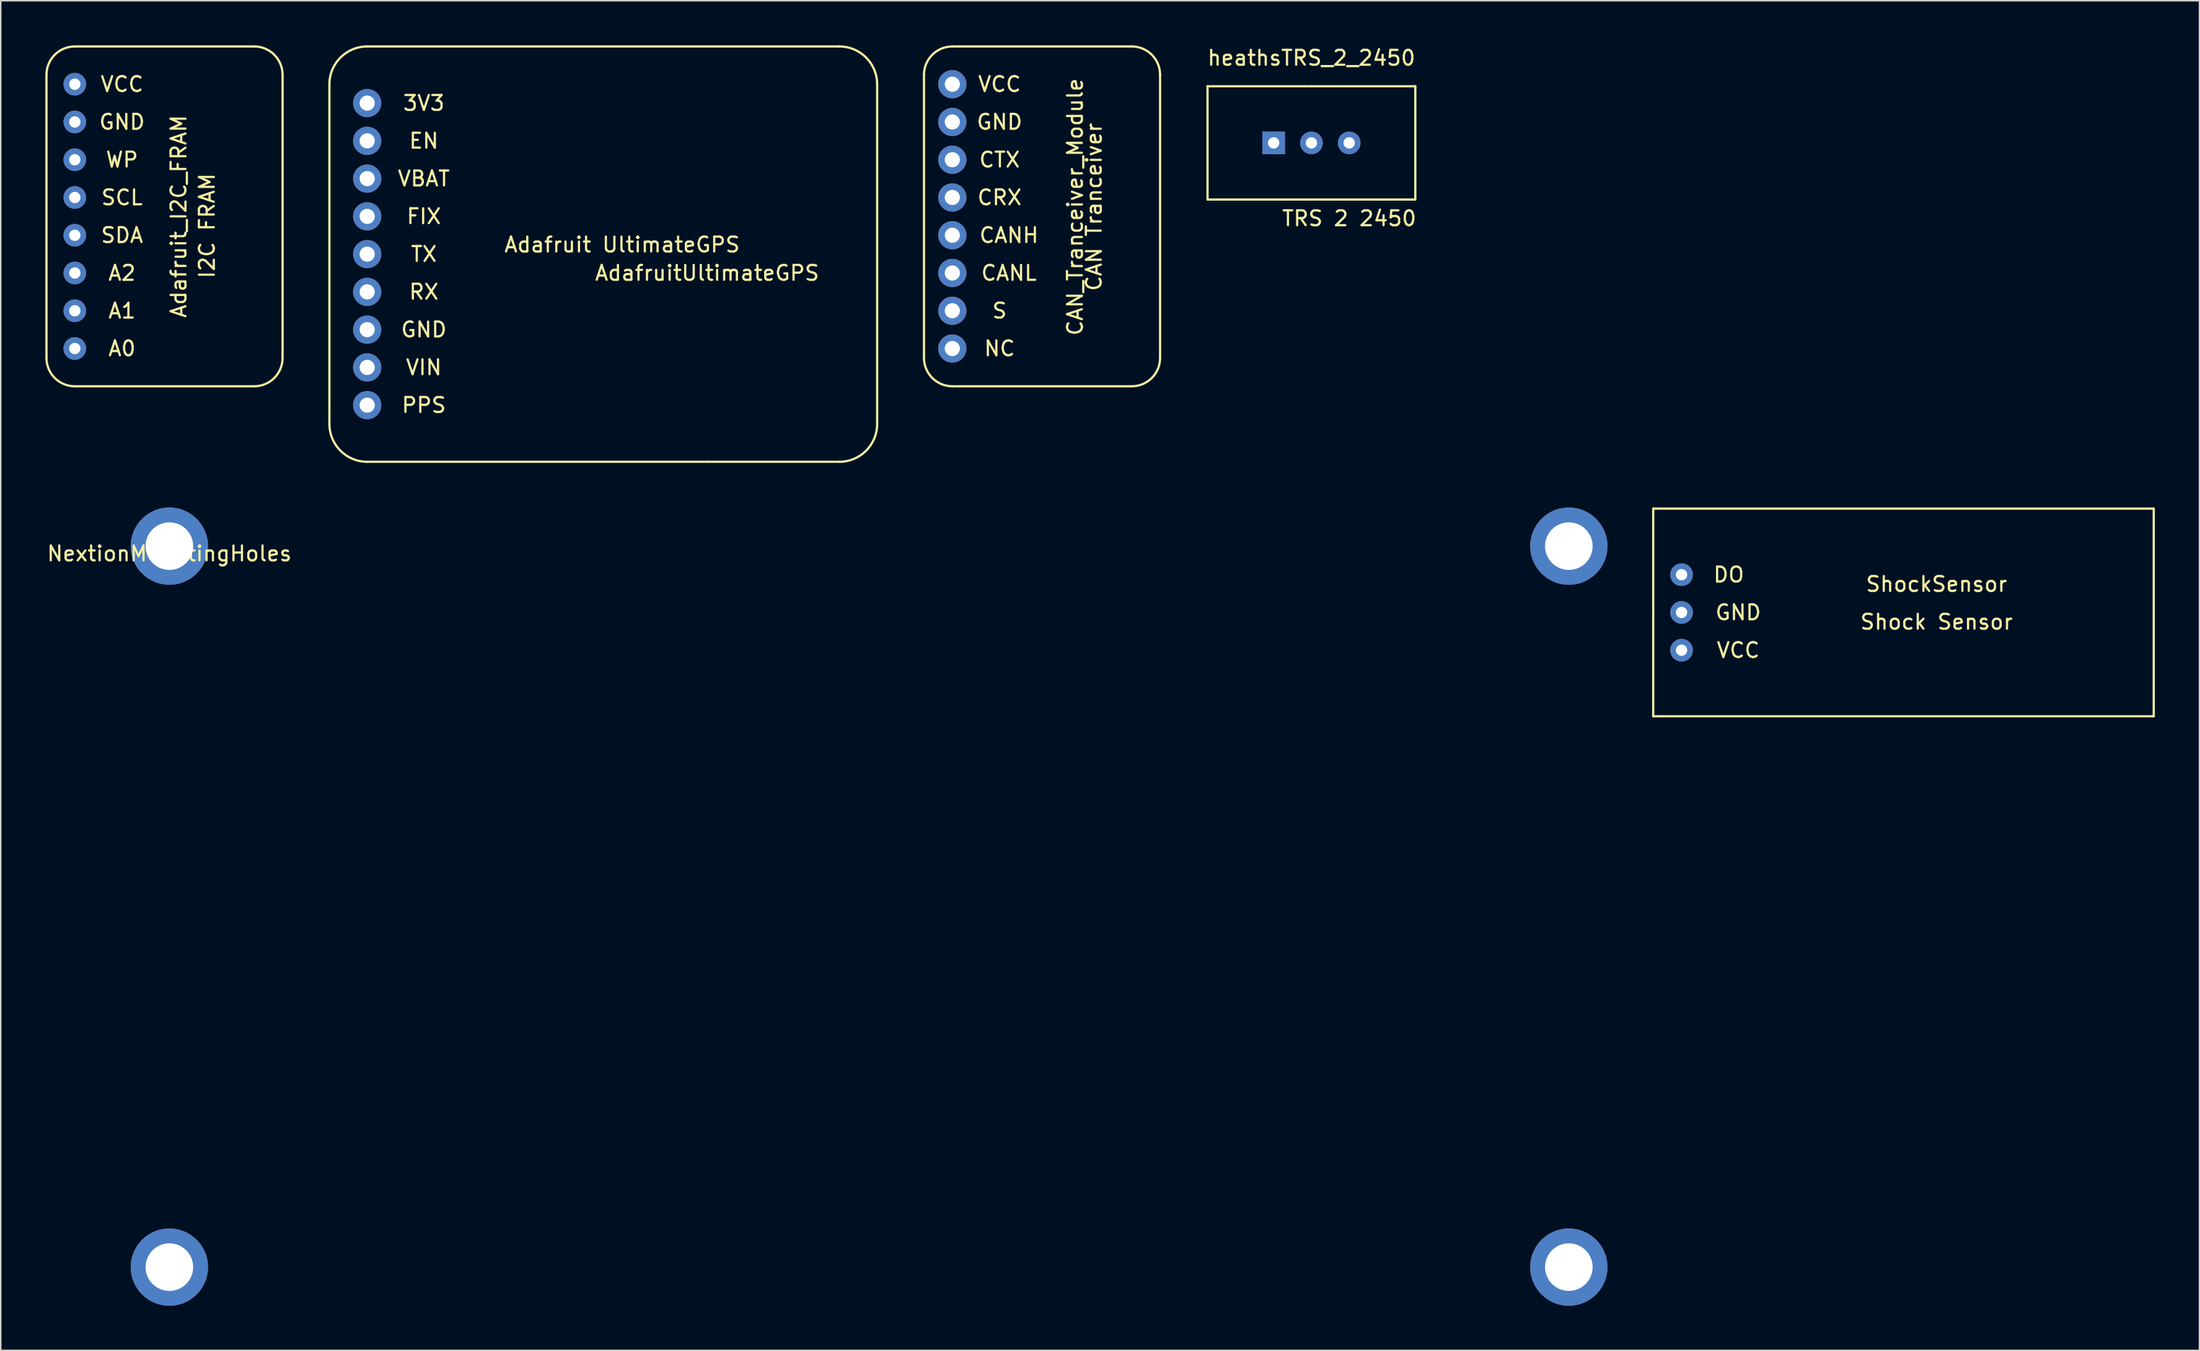
<source format=kicad_pcb>
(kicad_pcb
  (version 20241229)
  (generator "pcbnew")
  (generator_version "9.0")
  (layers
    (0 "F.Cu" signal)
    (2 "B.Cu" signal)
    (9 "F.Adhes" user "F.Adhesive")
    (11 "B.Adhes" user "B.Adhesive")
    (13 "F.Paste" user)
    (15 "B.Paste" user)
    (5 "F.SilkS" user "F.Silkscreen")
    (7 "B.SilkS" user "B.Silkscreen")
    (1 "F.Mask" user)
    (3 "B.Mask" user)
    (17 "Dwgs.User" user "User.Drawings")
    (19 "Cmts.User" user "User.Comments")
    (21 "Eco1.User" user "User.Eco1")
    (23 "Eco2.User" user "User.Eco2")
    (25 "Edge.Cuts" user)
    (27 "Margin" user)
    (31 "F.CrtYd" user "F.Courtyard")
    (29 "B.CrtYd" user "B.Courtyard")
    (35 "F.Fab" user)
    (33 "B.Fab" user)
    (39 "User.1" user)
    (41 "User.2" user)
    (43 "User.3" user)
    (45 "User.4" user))
  (footprint "CAN_Tranceiver_Module"
    (layer "F.Cu")
    (at 73.05 14.045)
    (property "Reference" "CAN_Tranceiver_Module" (at -3.81 -3.175 90) (layer "F.SilkS") (effects (font (size 1 1) (thickness 0.15))))
    (attr through_hole)
    (fp_line (start -13.97 6.985) (end -13.97 -12.065) (stroke (width 0.15) (type solid)) (layer "F.SilkS"))
    (fp_line (start 0 -13.97) (end -12.065 -13.97) (stroke (width 0.15) (type solid)) (layer "F.SilkS"))
    (fp_line (start 0 8.89) (end -12.065 8.89) (stroke (width 0.15) (type solid)) (layer "F.SilkS"))
    (fp_line (start 1.905 6.985) (end 1.905 -12.065) (stroke (width 0.15) (type solid)) (layer "F.SilkS"))
    (fp_arc (start -13.97 -12.065) (mid -13.412038 -13.412038) (end -12.065 -13.97) (stroke (width 0.15) (type solid)) (layer "F.SilkS"))
    (fp_arc (start -12.065 8.89) (mid -13.412038 8.332038) (end -13.97 6.985) (stroke (width 0.15) (type solid)) (layer "F.SilkS"))
    (fp_arc (start 0 -13.97) (mid 1.347038 -13.412038) (end 1.905 -12.065) (stroke (width 0.15) (type solid)) (layer "F.SilkS"))
    (fp_arc (start 1.905 6.985) (mid 1.347038 8.332038) (end 0 8.89) (stroke (width 0.15) (type solid)) (layer "F.SilkS"))
    (fp_text user "CTX" (at -8.89 -6.35 0) (layer "F.SilkS") (effects (font (size 1 1) (thickness 0.15))))
    (fp_text user "CANH" (at -8.255 -1.27 0) (layer "F.SilkS") (effects (font (size 1 1) (thickness 0.15))))
    (fp_text user "GND" (at -8.89 -8.89 0) (layer "F.SilkS") (effects (font (size 1 1) (thickness 0.15))))
    (fp_text user "CRX" (at -8.89 -3.81 0) (layer "F.SilkS") (effects (font (size 1 1) (thickness 0.15))))
    (fp_text user "VCC" (at -8.89 -11.43 0) (layer "F.SilkS") (effects (font (size 1 1) (thickness 0.15))))
    (fp_text user "CAN Tranceiver" (at -2.54 -3.175 270) (layer "F.SilkS") (effects (font (size 1 1) (thickness 0.15))))
    (fp_text user "S" (at -8.89 3.81 0) (layer "F.SilkS") (effects (font (size 1 1) (thickness 0.15))))
    (fp_text user "NC" (at -8.89 6.35 0) (layer "F.SilkS") (effects (font (size 1 1) (thickness 0.15))))
    (fp_text user "CANL" (at -8.255 1.27 0) (layer "F.SilkS") (effects (font (size 1 1) (thickness 0.15))))
    (pad "1" thru_hole circle (at -12.065 6.35) (size 1.9 1.9) (drill 1.02) (layers "*.Cu" "*.Mask"))
    (pad "2" thru_hole circle (at -12.065 3.81) (size 1.9 1.9) (drill 1.02) (layers "*.Cu" "*.Mask"))
    (pad "3" thru_hole circle (at -12.065 1.27) (size 1.9 1.9) (drill 1.02) (layers "*.Cu" "*.Mask"))
    (pad "4" thru_hole circle (at -12.065 -1.27) (size 1.9 1.9) (drill 1.02) (layers "*.Cu" "*.Mask"))
    (pad "5" thru_hole circle (at -12.065 -3.81) (size 1.9 1.9) (drill 1.02) (layers "*.Cu" "*.Mask"))
    (pad "6" thru_hole circle (at -12.065 -6.35) (size 1.9 1.9) (drill 1.02) (layers "*.Cu" "*.Mask"))
    (pad "7" thru_hole circle (at -12.065 -8.89) (size 1.9 1.9) (drill 1.02) (layers "*.Cu" "*.Mask"))
    (pad "8" thru_hole circle (at -12.065 -11.43) (size 1.9 1.9) (drill 1.02) (layers "*.Cu" "*.Mask")))
  (footprint "Adafruit_I2C_FRAM"
    (layer "F.Cu")
    (at 10.87 14.045)
    (property "Reference" "Adafruit_I2C_FRAM" (at -1.905 -2.54 90) (layer "F.SilkS") (effects (font (size 1 1) (thickness 0.15))))
    (attr through_hole)
    (fp_line (start -10.795 -12.065) (end -10.795 6.985) (stroke (width 0.15) (type solid)) (layer "F.SilkS"))
    (fp_line (start -8.89 8.89) (end 3.175 8.89) (stroke (width 0.15) (type solid)) (layer "F.SilkS"))
    (fp_line (start 3.175 -13.97) (end -8.89 -13.97) (stroke (width 0.15) (type solid)) (layer "F.SilkS"))
    (fp_line (start 5.08 -12.065) (end 5.08 6.985) (stroke (width 0.15) (type solid)) (layer "F.SilkS"))
    (fp_arc (start -10.795 -12.065) (mid -10.237038 -13.412038) (end -8.89 -13.97) (stroke (width 0.15) (type solid)) (layer "F.SilkS"))
    (fp_arc (start -8.89 8.89) (mid -10.237038 8.332038) (end -10.795 6.985) (stroke (width 0.15) (type solid)) (layer "F.SilkS"))
    (fp_arc (start 3.175 -13.97) (mid 4.522038 -13.412038) (end 5.08 -12.065) (stroke (width 0.15) (type solid)) (layer "F.SilkS"))
    (fp_arc (start 5.08 6.985) (mid 4.522038 8.332038) (end 3.175 8.89) (stroke (width 0.15) (type solid)) (layer "F.SilkS"))
    (fp_text user "WP" (at -5.715 -6.35 0) (layer "F.SilkS") (effects (font (size 1 1) (thickness 0.15))))
    (fp_text user "SDA" (at -5.715 -1.27 0) (layer "F.SilkS") (effects (font (size 1 1) (thickness 0.15))))
    (fp_text user "A0" (at -5.715 6.35 0) (layer "F.SilkS") (effects (font (size 1 1) (thickness 0.15))))
    (fp_text user "GND" (at -5.715 -8.89 0) (layer "F.SilkS") (effects (font (size 1 1) (thickness 0.15))))
    (fp_text user "I2C FRAM" (at 0 -1.905 90) (layer "F.SilkS") (effects (font (size 1 1) (thickness 0.15))))
    (fp_text user "A1" (at -5.715 3.81 0) (layer "F.SilkS") (effects (font (size 1 1) (thickness 0.15))))
    (fp_text user "A2" (at -5.715 1.27 0) (layer "F.SilkS") (effects (font (size 1 1) (thickness 0.15))))
    (fp_text user "SCL" (at -5.715 -3.81 0) (layer "F.SilkS") (effects (font (size 1 1) (thickness 0.15))))
    (fp_text user "VCC" (at -5.715 -11.43 0) (layer "F.SilkS") (effects (font (size 1 1) (thickness 0.15))))
    (pad "1" thru_hole circle (at -8.89 6.35) (size 1.524 1.524) (drill 0.762) (layers "*.Cu" "*.Mask"))
    (pad "2" thru_hole circle (at -8.89 3.81) (size 1.524 1.524) (drill 0.762) (layers "*.Cu" "*.Mask"))
    (pad "3" thru_hole circle (at -8.89 1.27) (size 1.524 1.524) (drill 0.762) (layers "*.Cu" "*.Mask"))
    (pad "4" thru_hole circle (at -8.89 -1.27) (size 1.524 1.524) (drill 0.762) (layers "*.Cu" "*.Mask"))
    (pad "5" thru_hole circle (at -8.89 -3.81) (size 1.524 1.524) (drill 0.762) (layers "*.Cu" "*.Mask"))
    (pad "6" thru_hole circle (at -8.89 -6.35) (size 1.524 1.524) (drill 0.762) (layers "*.Cu" "*.Mask"))
    (pad "7" thru_hole circle (at -8.89 -8.89) (size 1.524 1.524) (drill 0.762) (layers "*.Cu" "*.Mask"))
    (pad "8" thru_hole circle (at -8.89 -11.43) (size 1.524 1.524) (drill 0.762) (layers "*.Cu" "*.Mask")))
  (footprint "ShockSensor"
    (layer "F.Cu")
    (at 115.734 37.515)
    (property "Reference" "ShockSensor" (at 11.43 -1.27 0) (layer "F.SilkS") (effects (font (size 1 1) (thickness 0.15))))
    (attr through_hole)
    (fp_line (start -7.62 0.635) (end -7.62 -6.35) (stroke (width 0.15) (type solid)) (layer "F.SilkS"))
    (fp_line (start -7.62 0.635) (end -7.62 7.62) (stroke (width 0.15) (type solid)) (layer "F.SilkS"))
    (fp_line (start -7.62 7.62) (end 26.035 7.62) (stroke (width 0.15) (type solid)) (layer "F.SilkS"))
    (fp_line (start 26.035 -6.35) (end -7.62 -6.35) (stroke (width 0.15) (type solid)) (layer "F.SilkS"))
    (fp_line (start 26.035 7.62) (end 26.035 -6.35) (stroke (width 0.15) (type solid)) (layer "F.SilkS"))
    (fp_text user "DO" (at -2.54 -1.905 0) (layer "F.SilkS") (effects (font (size 1 1) (thickness 0.15))))
    (fp_text user "Shock Sensor" (at 11.43 1.27 0) (layer "F.SilkS") (effects (font (size 1 1) (thickness 0.15))))
    (fp_text user "VCC" (at -1.905 3.175 0) (layer "F.SilkS") (effects (font (size 1 1) (thickness 0.15))))
    (fp_text user "GND" (at -1.905 0.635 0) (layer "F.SilkS") (effects (font (size 1 1) (thickness 0.15))))
    (pad "1" thru_hole circle (at -5.715 -1.905) (size 1.524 1.524) (drill 0.762) (layers "*.Cu" "*.Mask"))
    (pad "2" thru_hole circle (at -5.715 0.635) (size 1.524 1.524) (drill 0.762) (layers "*.Cu" "*.Mask"))
    (pad "3" thru_hole circle (at -5.715 3.175) (size 1.524 1.524) (drill 0.762) (layers "*.Cu" "*.Mask")))
  (footprint "heathsTRS_2_2450"
    (layer "F.Cu")
    (at 82.591 6.563)
    (property "Reference" "heathsTRS_2_2450" (at 2.54 -5.715 0) (layer "F.SilkS") (effects (font (size 1 1) (thickness 0.15))))
    (attr through_hole)
    (fp_line (start -4.445 -3.81) (end -4.445 3.81) (stroke (width 0.15) (type solid)) (layer "F.SilkS"))
    (fp_line (start -4.445 3.81) (end 9.525 3.81) (stroke (width 0.15) (type solid)) (layer "F.SilkS"))
    (fp_line (start 2.54 -3.81) (end -4.445 -3.81) (stroke (width 0.15) (type solid)) (layer "F.SilkS"))
    (fp_line (start 9.525 -3.81) (end 2.54 -3.81) (stroke (width 0.15) (type solid)) (layer "F.SilkS"))
    (fp_line (start 9.525 3.81) (end 9.525 -3.81) (stroke (width 0.15) (type solid)) (layer "F.SilkS"))
    (fp_text user "TRS 2 2450" (at 5.08 5.08 0) (layer "F.SilkS") (effects (font (size 1 1) (thickness 0.15))))
    (pad "1" thru_hole rect (at 0 0) (size 1.524 1.524) (drill 0.762) (layers "*.Cu" "*.Mask"))
    (pad "2" thru_hole circle (at 2.54 0) (size 1.524 1.524) (drill 0.762) (layers "*.Cu" "*.Mask"))
    (pad "3" thru_hole circle (at 5.08 0) (size 1.524 1.524) (drill 0.762) (layers "*.Cu" "*.Mask")))
  (footprint "NextionMountingHoles"
    (layer "F.Cu")
    (at 8.339 33.69)
    (property "Reference" "NextionMountingHoles" (at 0 0.5 0) (layer "F.SilkS") (effects (font (size 1 1) (thickness 0.15))))
    (attr through_hole)
    (pad "1" thru_hole circle (at 0 0) (size 5.2 5.2) (drill 3.2) (layers "*.Cu" "*.Mask"))
    (pad "2" thru_hole circle (at 0 48.5) (size 5.2 5.2) (drill 3.2) (layers "*.Cu" "*.Mask"))
    (pad "3" thru_hole circle (at 94.1 0) (size 5.2 5.2) (drill 3.2) (layers "*.Cu" "*.Mask"))
    (pad "4" thru_hole circle (at 94.1 48.5) (size 5.2 5.2) (drill 3.2) (layers "*.Cu" "*.Mask")))
  (footprint "AdafruitUltimateGPS"
    (layer "F.Cu")
    (at 31.8 15.315)
    (property "Reference" "AdafruitUltimateGPS" (at 12.7 0 0) (layer "F.SilkS") (effects (font (size 1 1) (thickness 0.15))))
    (attr through_hole)
    (fp_line (start -12.7 -12.7) (end -12.7 8.89) (stroke (width 0.15) (type solid)) (layer "F.SilkS"))
    (fp_line (start -12.7 8.89) (end -12.7 10.16) (stroke (width 0.15) (type solid)) (layer "F.SilkS"))
    (fp_line (start -10.16 -15.24) (end 21.59 -15.24) (stroke (width 0.15) (type solid)) (layer "F.SilkS"))
    (fp_line (start -10.16 12.7) (end 12.7 12.7) (stroke (width 0.15) (type solid)) (layer "F.SilkS"))
    (fp_line (start 12.7 12.7) (end 21.59 12.7) (stroke (width 0.15) (type solid)) (layer "F.SilkS"))
    (fp_line (start 24.13 10.16) (end 24.13 -12.7) (stroke (width 0.15) (type solid)) (layer "F.SilkS"))
    (fp_arc (start -12.7 -12.7) (mid -11.956051 -14.496051) (end -10.16 -15.24) (stroke (width 0.15) (type solid)) (layer "F.SilkS"))
    (fp_arc (start -10.16 12.7) (mid -11.956051 11.956051) (end -12.7 10.16) (stroke (width 0.15) (type solid)) (layer "F.SilkS"))
    (fp_arc (start 21.59 -15.24) (mid 23.386051 -14.496051) (end 24.13 -12.7) (stroke (width 0.15) (type solid)) (layer "F.SilkS"))
    (fp_arc (start 24.13 10.16) (mid 23.386051 11.956051) (end 21.59 12.7) (stroke (width 0.15) (type solid)) (layer "F.SilkS"))
    (fp_text user "VIN" (at -6.35 6.35 0) (layer "F.SilkS") (effects (font (size 1 1) (thickness 0.15))))
    (fp_text user "VBAT" (at -6.35 -6.35 0) (layer "F.SilkS") (effects (font (size 1 1) (thickness 0.15))))
    (fp_text user "3V3" (at -6.35 -11.43 0) (layer "F.SilkS") (effects (font (size 1 1) (thickness 0.15))))
    (fp_text user "Adafruit UltimateGPS" (at 6.985 -1.905 0) (layer "F.SilkS") (effects (font (size 1 1) (thickness 0.15))))
    (fp_text user "EN" (at -6.35 -8.89 0) (layer "F.SilkS") (effects (font (size 1 1) (thickness 0.15))))
    (fp_text user "RX" (at -6.35 1.27 0) (layer "F.SilkS") (effects (font (size 1 1) (thickness 0.15))))
    (fp_text user "FIX" (at -6.35 -3.81 0) (layer "F.SilkS") (effects (font (size 1 1) (thickness 0.15))))
    (fp_text user "PPS" (at -6.35 8.89 0) (layer "F.SilkS") (effects (font (size 1 1) (thickness 0.15))))
    (fp_text user "GND" (at -6.35 3.81 0) (layer "F.SilkS") (effects (font (size 1 1) (thickness 0.15))))
    (fp_text user "TX" (at -6.35 -1.27 0) (layer "F.SilkS") (effects (font (size 1 1) (thickness 0.15))))
    (pad "1" thru_hole circle (at -10.16 8.89) (size 1.9 1.9) (drill 1.02) (layers "*.Cu" "*.Mask"))
    (pad "2" thru_hole circle (at -10.16 6.35) (size 1.9 1.9) (drill 1.02) (layers "*.Cu" "*.Mask"))
    (pad "3" thru_hole circle (at -10.16 3.81) (size 1.9 1.9) (drill 1.02) (layers "*.Cu" "*.Mask"))
    (pad "4" thru_hole circle (at -10.16 1.27) (size 1.9 1.9) (drill 1.02) (layers "*.Cu" "*.Mask"))
    (pad "5" thru_hole circle (at -10.16 -1.27) (size 1.9 1.9) (drill 1.02) (layers "*.Cu" "*.Mask"))
    (pad "6" thru_hole circle (at -10.16 -3.81) (size 1.9 1.9) (drill 1.02) (layers "*.Cu" "*.Mask"))
    (pad "7" thru_hole circle (at -10.16 -6.35) (size 1.9 1.9) (drill 1.02) (layers "*.Cu" "*.Mask"))
    (pad "8" thru_hole circle (at -10.16 -8.89) (size 1.9 1.9) (drill 1.02) (layers "*.Cu" "*.Mask"))
    (pad "9" thru_hole circle (at -10.16 -11.43) (size 1.9 1.9) (drill 1.02) (layers "*.Cu" "*.Mask")))
  (gr_rect
    (start -3 -3)
    (end 144.844 87.79)
    (stroke (width 0.1) (type default))
    (fill no)
    (layer "Edge.Cuts")))
</source>
